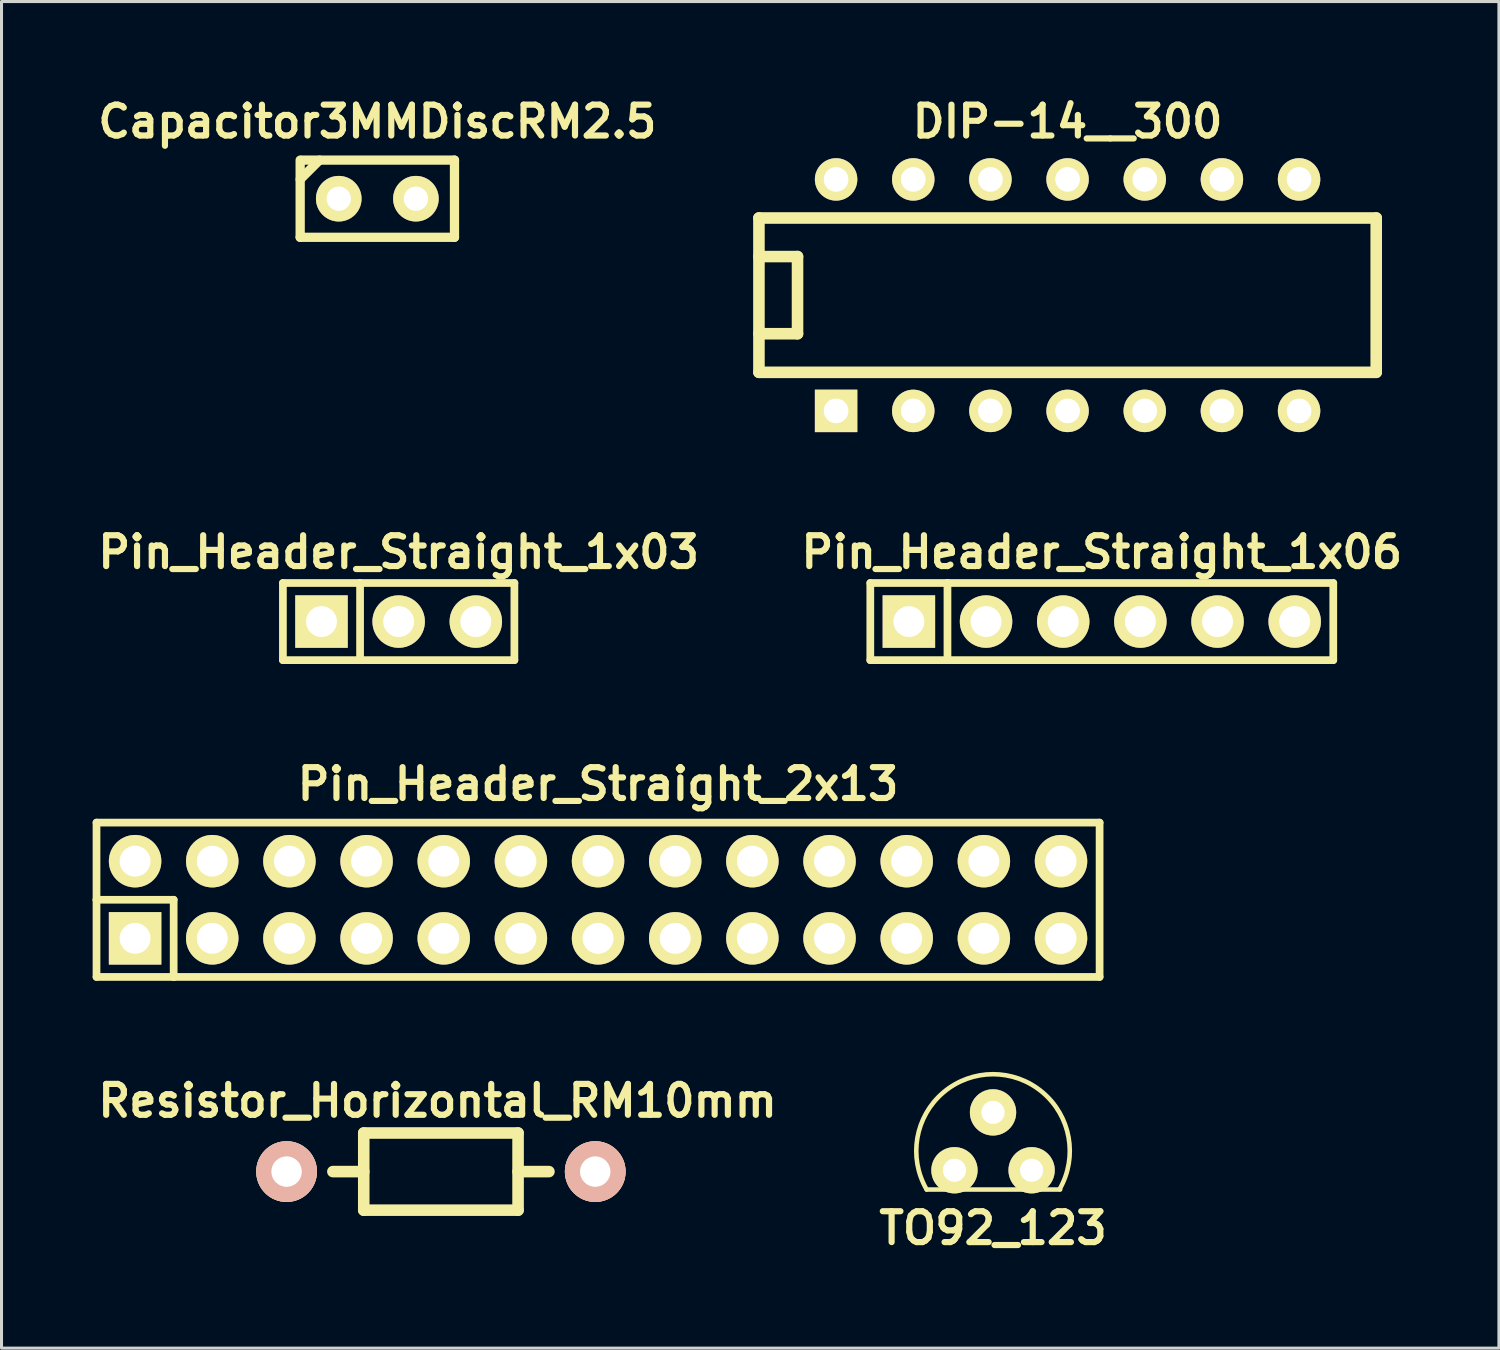
<source format=kicad_pcb>
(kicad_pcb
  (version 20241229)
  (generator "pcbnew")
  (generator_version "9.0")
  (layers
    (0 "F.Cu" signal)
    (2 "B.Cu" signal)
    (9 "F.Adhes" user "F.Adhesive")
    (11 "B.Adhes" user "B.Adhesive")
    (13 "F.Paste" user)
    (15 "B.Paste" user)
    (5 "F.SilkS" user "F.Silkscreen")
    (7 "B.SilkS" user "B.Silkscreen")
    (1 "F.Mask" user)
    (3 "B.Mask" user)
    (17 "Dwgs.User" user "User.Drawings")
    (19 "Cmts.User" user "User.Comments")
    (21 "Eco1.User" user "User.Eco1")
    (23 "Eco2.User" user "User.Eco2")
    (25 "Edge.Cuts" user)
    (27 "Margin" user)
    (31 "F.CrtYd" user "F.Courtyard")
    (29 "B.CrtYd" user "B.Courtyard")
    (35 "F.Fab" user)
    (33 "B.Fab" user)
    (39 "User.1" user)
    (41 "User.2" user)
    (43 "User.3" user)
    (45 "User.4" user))
  (footprint "Resistor_Horizontal_RM10mm"
    (layer "F.Cu")
    (at 11.385 35.517)
    (property "Reference" "Resistor_Horizontal_RM10mm" (at -0.03 -2.33 0) (layer "F.SilkS") (effects (font (size 1.016 1.016) (thickness 0.203))))
    (attr through_hole)
    (fp_line (start -2.461 -1.27) (end 2.619 -1.27) (stroke (width 0.381) (type solid)) (layer "F.SilkS"))
    (fp_line (start -2.461 0) (end -3.477 0) (stroke (width 0.381) (type solid)) (layer "F.SilkS"))
    (fp_line (start -2.461 1.27) (end -2.461 -1.27) (stroke (width 0.381) (type solid)) (layer "F.SilkS"))
    (fp_line (start 2.619 -1.27) (end 2.619 1.27) (stroke (width 0.381) (type solid)) (layer "F.SilkS"))
    (fp_line (start 2.619 0) (end 3.635 0) (stroke (width 0.381) (type solid)) (layer "F.SilkS"))
    (fp_line (start 2.619 1.27) (end -2.461 1.27) (stroke (width 0.381) (type solid)) (layer "F.SilkS"))
    (pad "1" thru_hole circle (at -5.001 0) (size 1.999 1.999) (drill 1.001) (layers "*.Cu" "*.SilkS" "*.Mask"))
    (pad "2" thru_hole circle (at 5.159 0) (size 1.999 1.999) (drill 1.001) (layers "*.Cu" "*.SilkS" "*.Mask")))
  (footprint "DIP-14__300"
    (layer "F.Cu")
    (at 32.093 6.666)
    (property "Reference" "DIP-14__300" (at 0 -5.715 0) (layer "F.SilkS") (effects (font (size 1.016 1.016) (thickness 0.203))))
    (attr through_hole)
    (fp_line (start -10.16 -2.54) (end 10.16 -2.54) (stroke (width 0.381) (type solid)) (layer "F.SilkS"))
    (fp_line (start -10.16 -1.27) (end -8.89 -1.27) (stroke (width 0.381) (type solid)) (layer "F.SilkS"))
    (fp_line (start -10.16 2.54) (end -10.16 -2.54) (stroke (width 0.381) (type solid)) (layer "F.SilkS"))
    (fp_line (start -8.89 -1.27) (end -8.89 1.27) (stroke (width 0.381) (type solid)) (layer "F.SilkS"))
    (fp_line (start -8.89 1.27) (end -10.16 1.27) (stroke (width 0.381) (type solid)) (layer "F.SilkS"))
    (fp_line (start 10.16 -2.54) (end 10.16 2.54) (stroke (width 0.381) (type solid)) (layer "F.SilkS"))
    (fp_line (start 10.16 2.54) (end -10.16 2.54) (stroke (width 0.381) (type solid)) (layer "F.SilkS"))
    (pad "1" thru_hole rect (at -7.62 3.81) (size 1.397 1.397) (drill 0.813) (layers "*.Cu" "*.Mask" "F.SilkS"))
    (pad "2" thru_hole circle (at -5.08 3.81) (size 1.397 1.397) (drill 0.813) (layers "*.Cu" "*.Mask" "F.SilkS"))
    (pad "3" thru_hole circle (at -2.54 3.81) (size 1.397 1.397) (drill 0.813) (layers "*.Cu" "*.Mask" "F.SilkS"))
    (pad "4" thru_hole circle (at 0 3.81) (size 1.397 1.397) (drill 0.813) (layers "*.Cu" "*.Mask" "F.SilkS"))
    (pad "5" thru_hole circle (at 2.54 3.81) (size 1.397 1.397) (drill 0.813) (layers "*.Cu" "*.Mask" "F.SilkS"))
    (pad "6" thru_hole circle (at 5.08 3.81) (size 1.397 1.397) (drill 0.813) (layers "*.Cu" "*.Mask" "F.SilkS"))
    (pad "7" thru_hole circle (at 7.62 3.81) (size 1.397 1.397) (drill 0.813) (layers "*.Cu" "*.Mask" "F.SilkS"))
    (pad "8" thru_hole circle (at 7.62 -3.81) (size 1.397 1.397) (drill 0.813) (layers "*.Cu" "*.Mask" "F.SilkS"))
    (pad "9" thru_hole circle (at 5.08 -3.81) (size 1.397 1.397) (drill 0.813) (layers "*.Cu" "*.Mask" "F.SilkS"))
    (pad "10" thru_hole circle (at 2.54 -3.81) (size 1.397 1.397) (drill 0.813) (layers "*.Cu" "*.Mask" "F.SilkS"))
    (pad "11" thru_hole circle (at 0 -3.81) (size 1.397 1.397) (drill 0.813) (layers "*.Cu" "*.Mask" "F.SilkS"))
    (pad "12" thru_hole circle (at -2.54 -3.81) (size 1.397 1.397) (drill 0.813) (layers "*.Cu" "*.Mask" "F.SilkS"))
    (pad "13" thru_hole circle (at -5.08 -3.81) (size 1.397 1.397) (drill 0.813) (layers "*.Cu" "*.Mask" "F.SilkS"))
    (pad "14" thru_hole circle (at -7.62 -3.81) (size 1.397 1.397) (drill 0.813) (layers "*.Cu" "*.Mask" "F.SilkS")))
  (footprint "Pin_Header_Straight_2x13"
    (layer "F.Cu")
    (at 16.637 26.569)
    (property "Reference" "Pin_Header_Straight_2x13" (at 0 -3.81 0) (layer "F.SilkS") (effects (font (size 1.016 1.016) (thickness 0.203))))
    (attr through_hole)
    (fp_line (start -16.51 -2.54) (end -16.51 0) (stroke (width 0.254) (type solid)) (layer "F.SilkS"))
    (fp_line (start -16.51 -2.54) (end 16.51 -2.54) (stroke (width 0.254) (type solid)) (layer "F.SilkS"))
    (fp_line (start -16.51 0) (end -13.97 0) (stroke (width 0.254) (type solid)) (layer "F.SilkS"))
    (fp_line (start -16.51 2.54) (end -16.51 0) (stroke (width 0.254) (type solid)) (layer "F.SilkS"))
    (fp_line (start -16.51 2.54) (end -13.97 2.54) (stroke (width 0.254) (type solid)) (layer "F.SilkS"))
    (fp_line (start -13.97 0) (end -13.97 2.54) (stroke (width 0.254) (type solid)) (layer "F.SilkS"))
    (fp_line (start -13.97 2.54) (end 16.51 2.54) (stroke (width 0.254) (type solid)) (layer "F.SilkS"))
    (fp_line (start 16.51 -2.54) (end 16.51 2.54) (stroke (width 0.254) (type solid)) (layer "F.SilkS"))
    (pad "1" thru_hole rect (at -15.24 1.27) (size 1.727 1.727) (drill 1.016) (layers "*.Cu" "*.Mask" "F.SilkS"))
    (pad "2" thru_hole oval (at -15.24 -1.27) (size 1.727 1.727) (drill 1.016) (layers "*.Cu" "*.Mask" "F.SilkS"))
    (pad "3" thru_hole oval (at -12.7 1.27) (size 1.727 1.727) (drill 1.016) (layers "*.Cu" "*.Mask" "F.SilkS"))
    (pad "4" thru_hole oval (at -12.7 -1.27) (size 1.727 1.727) (drill 1.016) (layers "*.Cu" "*.Mask" "F.SilkS"))
    (pad "5" thru_hole oval (at -10.16 1.27) (size 1.727 1.727) (drill 1.016) (layers "*.Cu" "*.Mask" "F.SilkS"))
    (pad "6" thru_hole oval (at -10.16 -1.27) (size 1.727 1.727) (drill 1.016) (layers "*.Cu" "*.Mask" "F.SilkS"))
    (pad "7" thru_hole oval (at -7.62 1.27) (size 1.727 1.727) (drill 1.016) (layers "*.Cu" "*.Mask" "F.SilkS"))
    (pad "8" thru_hole oval (at -7.62 -1.27) (size 1.727 1.727) (drill 1.016) (layers "*.Cu" "*.Mask" "F.SilkS"))
    (pad "9" thru_hole oval (at -5.08 1.27) (size 1.727 1.727) (drill 1.016) (layers "*.Cu" "*.Mask" "F.SilkS"))
    (pad "10" thru_hole oval (at -5.08 -1.27) (size 1.727 1.727) (drill 1.016) (layers "*.Cu" "*.Mask" "F.SilkS"))
    (pad "11" thru_hole oval (at -2.54 1.27) (size 1.727 1.727) (drill 1.016) (layers "*.Cu" "*.Mask" "F.SilkS"))
    (pad "12" thru_hole oval (at -2.54 -1.27) (size 1.727 1.727) (drill 1.016) (layers "*.Cu" "*.Mask" "F.SilkS"))
    (pad "13" thru_hole oval (at 0 1.27) (size 1.727 1.727) (drill 1.016) (layers "*.Cu" "*.Mask" "F.SilkS"))
    (pad "14" thru_hole oval (at 0 -1.27) (size 1.727 1.727) (drill 1.016) (layers "*.Cu" "*.Mask" "F.SilkS"))
    (pad "15" thru_hole oval (at 2.54 1.27) (size 1.727 1.727) (drill 1.016) (layers "*.Cu" "*.Mask" "F.SilkS"))
    (pad "16" thru_hole oval (at 2.54 -1.27) (size 1.727 1.727) (drill 1.016) (layers "*.Cu" "*.Mask" "F.SilkS"))
    (pad "17" thru_hole oval (at 5.08 1.27) (size 1.727 1.727) (drill 1.016) (layers "*.Cu" "*.Mask" "F.SilkS"))
    (pad "18" thru_hole oval (at 5.08 -1.27) (size 1.727 1.727) (drill 1.016) (layers "*.Cu" "*.Mask" "F.SilkS"))
    (pad "19" thru_hole oval (at 7.62 1.27) (size 1.727 1.727) (drill 1.016) (layers "*.Cu" "*.Mask" "F.SilkS"))
    (pad "20" thru_hole oval (at 7.62 -1.27) (size 1.727 1.727) (drill 1.016) (layers "*.Cu" "*.Mask" "F.SilkS"))
    (pad "21" thru_hole oval (at 10.16 1.27) (size 1.727 1.727) (drill 1.016) (layers "*.Cu" "*.Mask" "F.SilkS"))
    (pad "22" thru_hole oval (at 10.16 -1.27) (size 1.727 1.727) (drill 1.016) (layers "*.Cu" "*.Mask" "F.SilkS"))
    (pad "23" thru_hole oval (at 12.7 1.27) (size 1.727 1.727) (drill 1.016) (layers "*.Cu" "*.Mask" "F.SilkS"))
    (pad "24" thru_hole oval (at 12.7 -1.27) (size 1.727 1.727) (drill 1.016) (layers "*.Cu" "*.Mask" "F.SilkS"))
    (pad "25" thru_hole oval (at 15.24 1.27) (size 1.727 1.727) (drill 1.016) (layers "*.Cu" "*.Mask" "F.SilkS"))
    (pad "26" thru_hole oval (at 15.24 -1.27) (size 1.727 1.727) (drill 1.016) (layers "*.Cu" "*.Mask" "F.SilkS")))
  (footprint "Pin_Header_Straight_1x06"
    (layer "F.Cu")
    (at 33.219 17.411)
    (property "Reference" "Pin_Header_Straight_1x06" (at 0 -2.286 0) (layer "F.SilkS") (effects (font (size 1.016 1.016) (thickness 0.203))))
    (attr through_hole)
    (fp_line (start -7.62 -1.27) (end -7.62 1.27) (stroke (width 0.254) (type solid)) (layer "F.SilkS"))
    (fp_line (start -7.62 -1.27) (end -5.08 -1.27) (stroke (width 0.254) (type solid)) (layer "F.SilkS"))
    (fp_line (start -7.62 1.27) (end -5.08 1.27) (stroke (width 0.254) (type solid)) (layer "F.SilkS"))
    (fp_line (start -5.08 -1.27) (end -5.08 1.27) (stroke (width 0.254) (type solid)) (layer "F.SilkS"))
    (fp_line (start -5.08 -1.27) (end 7.62 -1.27) (stroke (width 0.254) (type solid)) (layer "F.SilkS"))
    (fp_line (start 7.62 -1.27) (end 7.62 1.27) (stroke (width 0.254) (type solid)) (layer "F.SilkS"))
    (fp_line (start 7.62 1.27) (end -5.08 1.27) (stroke (width 0.254) (type solid)) (layer "F.SilkS"))
    (pad "1" thru_hole rect (at -6.35 0) (size 1.727 1.727) (drill 1.016) (layers "*.Cu" "*.Mask" "F.SilkS"))
    (pad "2" thru_hole circle (at -3.81 0) (size 1.727 1.727) (drill 1.016) (layers "*.Cu" "*.Mask" "F.SilkS"))
    (pad "3" thru_hole circle (at -1.27 0) (size 1.727 1.727) (drill 1.016) (layers "*.Cu" "*.Mask" "F.SilkS"))
    (pad "4" thru_hole circle (at 1.27 0) (size 1.727 1.727) (drill 1.016) (layers "*.Cu" "*.Mask" "F.SilkS"))
    (pad "5" thru_hole circle (at 3.81 0) (size 1.727 1.727) (drill 1.016) (layers "*.Cu" "*.Mask" "F.SilkS"))
    (pad "6" thru_hole circle (at 6.35 0) (size 1.727 1.727) (drill 1.016) (layers "*.Cu" "*.Mask" "F.SilkS")))
  (footprint "Pin_Header_Straight_1x03"
    (layer "F.Cu")
    (at 10.073 17.411)
    (property "Reference" "Pin_Header_Straight_1x03" (at 0 -2.286 0) (layer "F.SilkS") (effects (font (size 1.016 1.016) (thickness 0.203))))
    (attr through_hole)
    (fp_line (start -3.81 -1.27) (end -3.81 1.27) (stroke (width 0.254) (type solid)) (layer "F.SilkS"))
    (fp_line (start -3.81 -1.27) (end -1.27 -1.27) (stroke (width 0.254) (type solid)) (layer "F.SilkS"))
    (fp_line (start -3.81 1.27) (end -1.27 1.27) (stroke (width 0.254) (type solid)) (layer "F.SilkS"))
    (fp_line (start -1.27 -1.27) (end -1.27 1.27) (stroke (width 0.254) (type solid)) (layer "F.SilkS"))
    (fp_line (start -1.27 1.27) (end 3.81 1.27) (stroke (width 0.254) (type solid)) (layer "F.SilkS"))
    (fp_line (start 3.81 -1.27) (end -1.27 -1.27) (stroke (width 0.254) (type solid)) (layer "F.SilkS"))
    (fp_line (start 3.81 1.27) (end 3.81 -1.27) (stroke (width 0.254) (type solid)) (layer "F.SilkS"))
    (pad "1" thru_hole rect (at -2.54 0) (size 1.727 1.727) (drill 1.016) (layers "*.Cu" "*.Mask" "F.SilkS"))
    (pad "2" thru_hole circle (at 0 0) (size 1.727 1.727) (drill 1.016) (layers "*.Cu" "*.Mask" "F.SilkS"))
    (pad "3" thru_hole circle (at 2.54 0) (size 1.727 1.727) (drill 1.016) (layers "*.Cu" "*.Mask" "F.SilkS")))
  (footprint "Capacitor3MMDiscRM2.5"
    (layer "F.Cu")
    (at 9.371 3.491)
    (property "Reference" "Capacitor3MMDiscRM2.5" (at 0 -2.54 0) (layer "F.SilkS") (effects (font (size 1.016 1.016) (thickness 0.203))))
    (attr through_hole)
    (fp_line (start -2.54 -0.635) (end -1.905 -1.27) (stroke (width 0.305) (type solid)) (layer "F.SilkS"))
    (fp_line (start -2.54 1.27) (end -2.54 -1.27) (stroke (width 0.305) (type solid)) (layer "F.SilkS"))
    (fp_line (start -2.489 -1.27) (end 2.54 -1.27) (stroke (width 0.305) (type solid)) (layer "F.SilkS"))
    (fp_line (start 2.54 -1.27) (end 2.54 1.27) (stroke (width 0.305) (type solid)) (layer "F.SilkS"))
    (fp_line (start 2.54 1.27) (end -2.54 1.27) (stroke (width 0.305) (type solid)) (layer "F.SilkS"))
    (pad "1" thru_hole circle (at -1.27 0) (size 1.501 1.501) (drill 0.8) (layers "*.Cu" "*.Mask" "F.SilkS"))
    (pad "2" thru_hole circle (at 1.27 0) (size 1.501 1.501) (drill 0.8) (layers "*.Cu" "*.Mask" "F.SilkS")))
  (footprint "TO92_123"
    (layer "F.Cu")
    (at 29.639 34.838)
    (property "Reference" "TO92_123" (at 0 2.54 0) (layer "F.SilkS") (effects (font (size 1.016 1.016) (thickness 0.203))))
    (attr through_hole)
    (fp_line (start -2.184 1.27) (end 2.21 1.27) (stroke (width 0.15) (type solid)) (layer "F.SilkS"))
    (fp_arc (start -2.1844 1.27) (mid -0.007652 -2.526746) (end 2.192052 1.256746) (stroke (width 0.15) (type solid)) (layer "F.SilkS"))
    (pad "1" thru_hole circle (at -1.27 0.635) (size 1.524 1.524) (drill 0.762) (layers "*.Cu" "*.Mask" "F.SilkS"))
    (pad "2" thru_hole circle (at 0 -1.27) (size 1.524 1.524) (drill 0.762) (layers "*.Cu" "*.Mask" "F.SilkS"))
    (pad "3" thru_hole circle (at 1.27 0.635) (size 1.524 1.524) (drill 0.762) (layers "*.Cu" "*.Mask" "F.SilkS")))
  (gr_rect
    (start -3 -3)
    (end 46.292 41.329)
    (stroke (width 0.1) (type default))
    (fill no)
    (layer "Edge.Cuts")))
</source>
